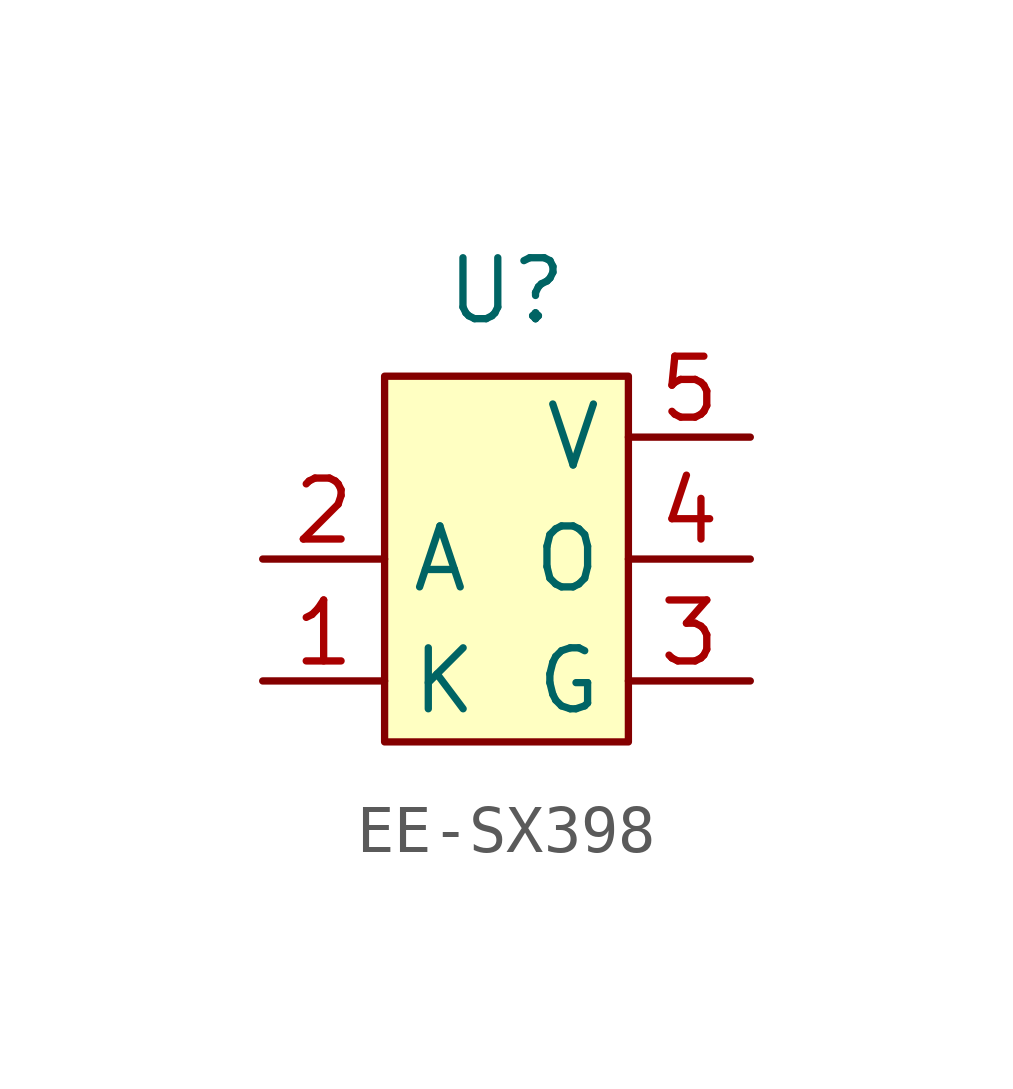
<source format=kicad_sym>
(kicad_symbol_lib
  (version 20231120)
  (generator "kicad_symbol_editor")
  (generator_version "8.0")
  (symbol "EE-SX398"
    (property "Reference" "U"
      (at 0 5.588 0)
      (effects (font (size 1.27 1.27))))
    (property "Value" ""
      (at -5.08 0 0)
      (effects (font (size 1.27 1.27))))
    (symbol "EE-SX398_0_0"
      (pin power_in line (at 5.08 -2.54 180) (length 2.54) (name "G" (effects (font (size 1.27 1.27)))) (number "3" (effects (font (size 1.27 1.27)))))
      (pin open_collector line (at 5.08 0 180) (length 2.54) (name "O" (effects (font (size 1.27 1.27)))) (number "4" (effects (font (size 1.27 1.27)))))
      (pin power_in line (at 5.08 2.54 180) (length 2.54) (name "V" (effects (font (size 1.27 1.27)))) (number "5" (effects (font (size 1.27 1.27))))))
    (symbol "EE-SX398_1_0"
      (pin passive line (at -5.08 -2.54 0) (length 2.54) (name "K" (effects (font (size 1.27 1.27)))) (number "1" (effects (font (size 1.27 1.27)))))
      (pin passive line (at -5.08 0 0) (length 2.54) (name "A" (effects (font (size 1.27 1.27)))) (number "2" (effects (font (size 1.27 1.27))))))
    (symbol "EE-SX398_1_1"
      (rectangle (start -2.54 3.81) (end 2.54 -3.81) (stroke (width 0) (type default)) (fill (type background))))))
</source>
